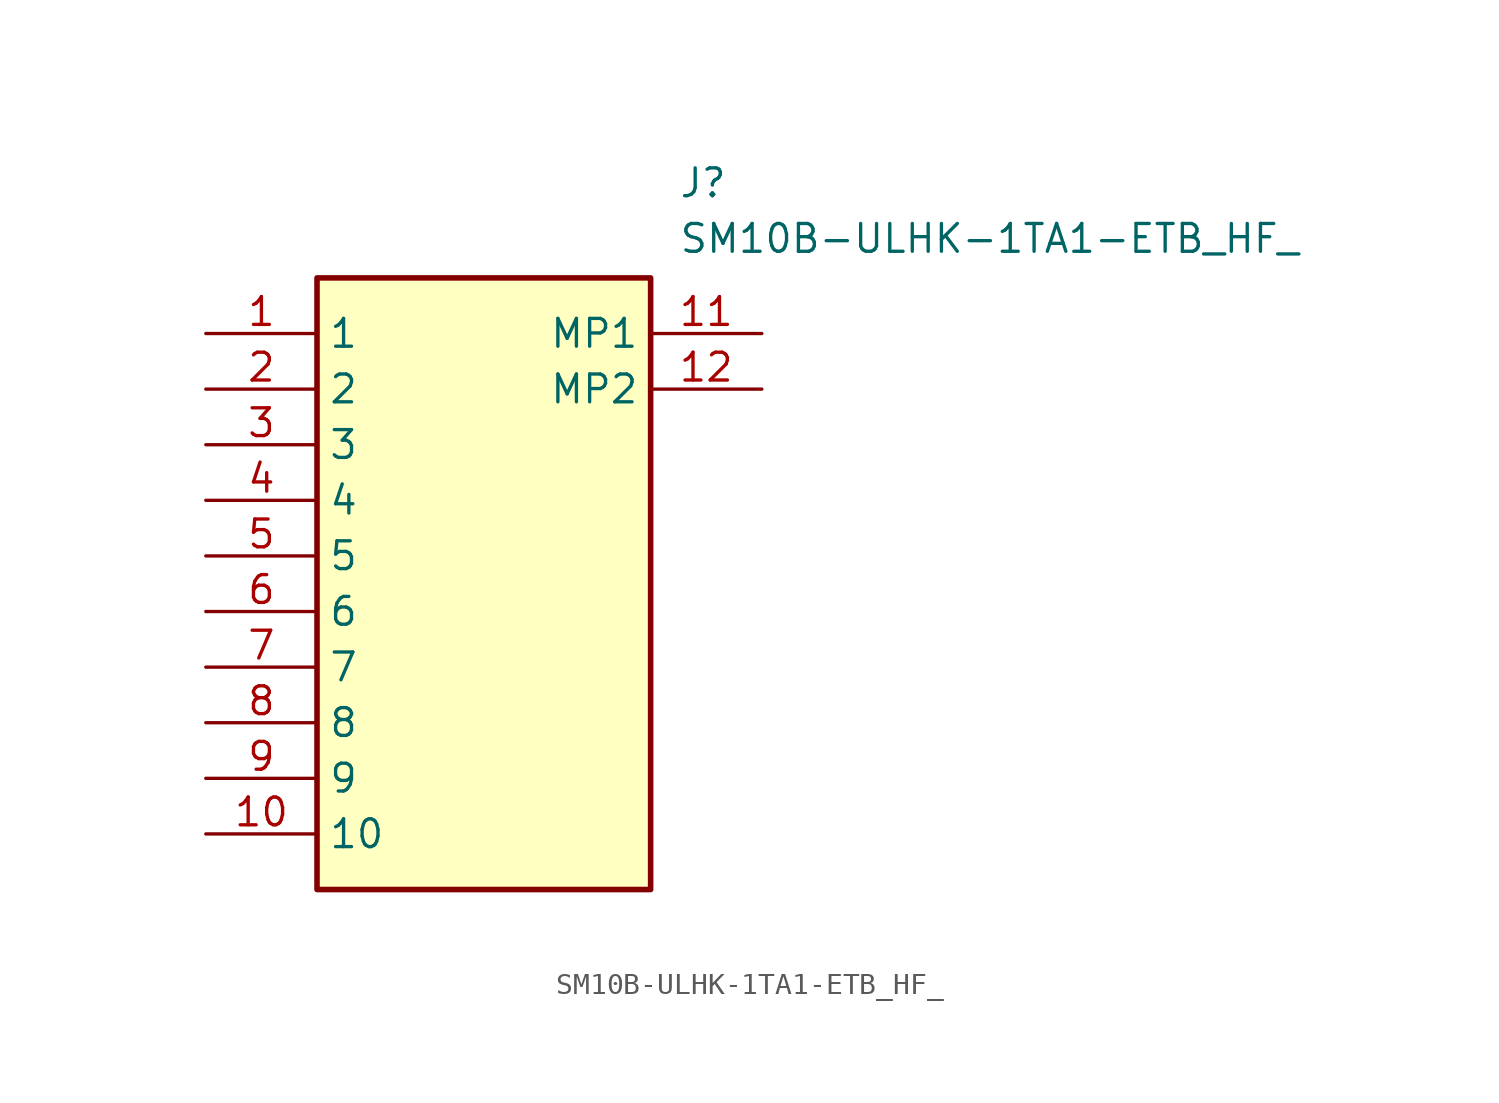
<source format=kicad_sym>
(kicad_symbol_lib
  (version 20211014)
  (generator SamacSys_ECAD_Model)
  (symbol "SM10B-ULHK-1TA1-ETB_HF_"
    (property "Reference" "J"
      (at 21.59 7.62 0)
      (effects (font (size 1.27 1.27)) (justify left top)))
    (property "Value" "SM10B-ULHK-1TA1-ETB_HF_"
      (at 21.59 5.08 0)
      (effects (font (size 1.27 1.27)) (justify left top)))
    (rectangle
      (start 5.08 2.54)
      (end 20.32 -25.4)
      (stroke (width 0.254) (type default))
      (fill (type background)))
    (pin passive line
      (at 0 0 0)
      (length 5.08)
      (name "1" (effects (font (size 1.27 1.27))))
      (number "1" (effects (font (size 1.27 1.27)))))
    (pin passive line
      (at 0 -2.54 0)
      (length 5.08)
      (name "2" (effects (font (size 1.27 1.27))))
      (number "2" (effects (font (size 1.27 1.27)))))
    (pin passive line
      (at 0 -5.08 0)
      (length 5.08)
      (name "3" (effects (font (size 1.27 1.27))))
      (number "3" (effects (font (size 1.27 1.27)))))
    (pin passive line
      (at 0 -7.62 0)
      (length 5.08)
      (name "4" (effects (font (size 1.27 1.27))))
      (number "4" (effects (font (size 1.27 1.27)))))
    (pin passive line
      (at 0 -10.16 0)
      (length 5.08)
      (name "5" (effects (font (size 1.27 1.27))))
      (number "5" (effects (font (size 1.27 1.27)))))
    (pin passive line
      (at 0 -12.7 0)
      (length 5.08)
      (name "6" (effects (font (size 1.27 1.27))))
      (number "6" (effects (font (size 1.27 1.27)))))
    (pin passive line
      (at 0 -15.24 0)
      (length 5.08)
      (name "7" (effects (font (size 1.27 1.27))))
      (number "7" (effects (font (size 1.27 1.27)))))
    (pin passive line
      (at 0 -17.78 0)
      (length 5.08)
      (name "8" (effects (font (size 1.27 1.27))))
      (number "8" (effects (font (size 1.27 1.27)))))
    (pin passive line
      (at 0 -20.32 0)
      (length 5.08)
      (name "9" (effects (font (size 1.27 1.27))))
      (number "9" (effects (font (size 1.27 1.27)))))
    (pin passive line
      (at 0 -22.86 0)
      (length 5.08)
      (name "10" (effects (font (size 1.27 1.27))))
      (number "10" (effects (font (size 1.27 1.27)))))
    (pin passive line
      (at 25.4 0 180)
      (length 5.08)
      (name "MP1" (effects (font (size 1.27 1.27))))
      (number "11" (effects (font (size 1.27 1.27)))))
    (pin passive line
      (at 25.4 -2.54 180)
      (length 5.08)
      (name "MP2" (effects (font (size 1.27 1.27))))
      (number "12" (effects (font (size 1.27 1.27)))))))
</source>
